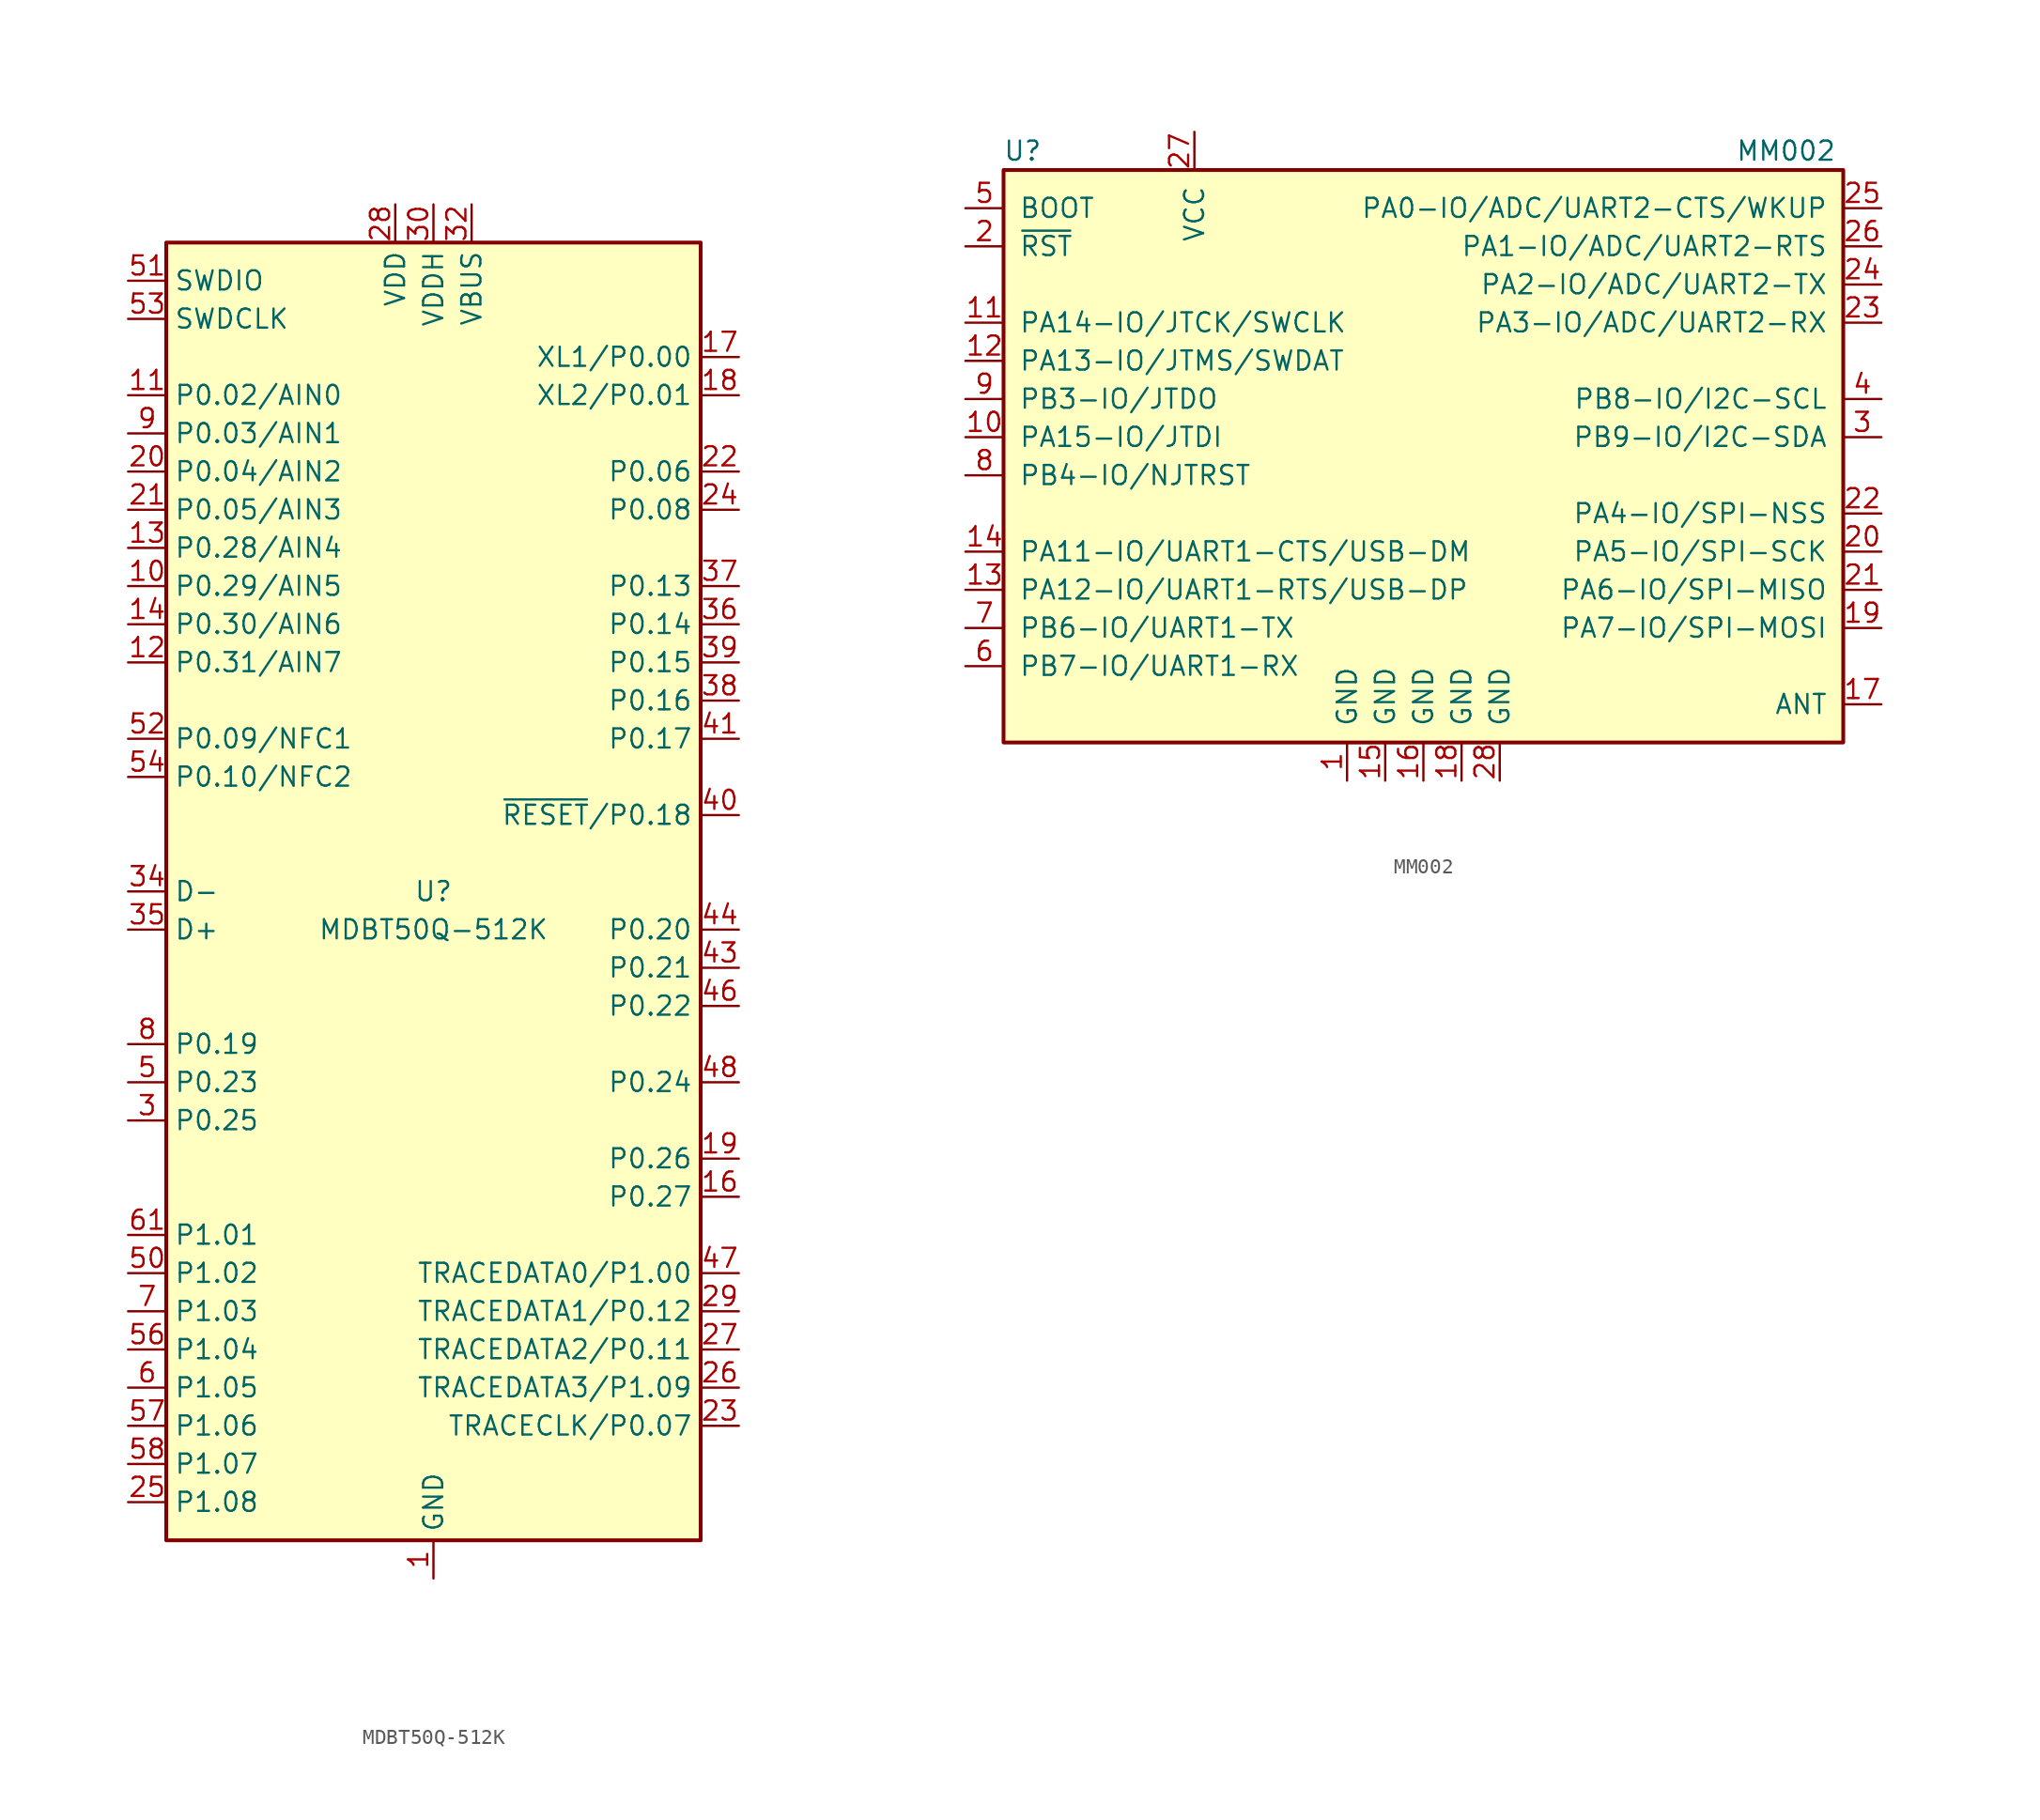
<source format=kicad_sym>
(kicad_symbol_lib
  (version 20201005)
  (generator kicad_symbol_editor)
  (symbol "RF_Module:MDBT50Q-512K"
    (property "Reference" "U"
      (at 0 0 0)
      (effects (font (size 1.27 1.27))))
    (property "Value" "MDBT50Q-512K"
      (at 0 -2.54 0)
      (effects (font (size 1.27 1.27))))
    (symbol "MDBT50Q-512K_0_1"
      (rectangle (start -17.78 43.18) (end 17.78 -43.18) (stroke (width 0.254)) (fill (type background))))
    (symbol "MDBT50Q-512K_1_1"
      (pin power_in line (at 0 -45.72 90) (length 2.54) (name "GND" (effects (font (size 1.27 1.27)))) (number "1" (effects (font (size 1.27 1.27)))))
      (pin bidirectional line (at -20.32 20.32 0) (length 2.54) (name "P0.29/AIN5" (effects (font (size 1.27 1.27)))) (number "10" (effects (font (size 1.27 1.27)))))
      (pin bidirectional line (at -20.32 33.02 0) (length 2.54) (name "P0.02/AIN0" (effects (font (size 1.27 1.27)))) (number "11" (effects (font (size 1.27 1.27)))))
      (pin bidirectional line (at -20.32 15.24 0) (length 2.54) (name "P0.31/AIN7" (effects (font (size 1.27 1.27)))) (number "12" (effects (font (size 1.27 1.27)))))
      (pin bidirectional line (at -20.32 22.86 0) (length 2.54) (name "P0.28/AIN4" (effects (font (size 1.27 1.27)))) (number "13" (effects (font (size 1.27 1.27)))))
      (pin bidirectional line (at -20.32 17.78 0) (length 2.54) (name "P0.30/AIN6" (effects (font (size 1.27 1.27)))) (number "14" (effects (font (size 1.27 1.27)))))
      (pin passive line (at 0 -45.72 90) (length 2.54) hide (name "GND" (effects (font (size 1.27 1.27)))) (number "15" (effects (font (size 1.27 1.27)))))
      (pin bidirectional line (at 20.32 -20.32 180) (length 2.54) (name "P0.27" (effects (font (size 1.27 1.27)))) (number "16" (effects (font (size 1.27 1.27)))))
      (pin bidirectional line (at 20.32 35.56 180) (length 2.54) (name "XL1/P0.00" (effects (font (size 1.27 1.27)))) (number "17" (effects (font (size 1.27 1.27)))))
      (pin bidirectional line (at 20.32 33.02 180) (length 2.54) (name "XL2/P0.01" (effects (font (size 1.27 1.27)))) (number "18" (effects (font (size 1.27 1.27)))))
      (pin bidirectional line (at 20.32 -17.78 180) (length 2.54) (name "P0.26" (effects (font (size 1.27 1.27)))) (number "19" (effects (font (size 1.27 1.27)))))
      (pin passive line (at 0 -45.72 90) (length 2.54) hide (name "GND" (effects (font (size 1.27 1.27)))) (number "2" (effects (font (size 1.27 1.27)))))
      (pin bidirectional line (at -20.32 27.94 0) (length 2.54) (name "P0.04/AIN2" (effects (font (size 1.27 1.27)))) (number "20" (effects (font (size 1.27 1.27)))))
      (pin bidirectional line (at -20.32 25.4 0) (length 2.54) (name "P0.05/AIN3" (effects (font (size 1.27 1.27)))) (number "21" (effects (font (size 1.27 1.27)))))
      (pin bidirectional line (at 20.32 27.94 180) (length 2.54) (name "P0.06" (effects (font (size 1.27 1.27)))) (number "22" (effects (font (size 1.27 1.27)))))
      (pin bidirectional line (at 20.32 -35.56 180) (length 2.54) (name "TRACECLK/P0.07" (effects (font (size 1.27 1.27)))) (number "23" (effects (font (size 1.27 1.27)))))
      (pin bidirectional line (at 20.32 25.4 180) (length 2.54) (name "P0.08" (effects (font (size 1.27 1.27)))) (number "24" (effects (font (size 1.27 1.27)))))
      (pin bidirectional line (at -20.32 -40.64 0) (length 2.54) (name "P1.08" (effects (font (size 1.27 1.27)))) (number "25" (effects (font (size 1.27 1.27)))))
      (pin bidirectional line (at 20.32 -33.02 180) (length 2.54) (name "TRACEDATA3/P1.09" (effects (font (size 1.27 1.27)))) (number "26" (effects (font (size 1.27 1.27)))))
      (pin bidirectional line (at 20.32 -30.48 180) (length 2.54) (name "TRACEDATA2/P0.11" (effects (font (size 1.27 1.27)))) (number "27" (effects (font (size 1.27 1.27)))))
      (pin power_in line (at -2.54 45.72 270) (length 2.54) (name "VDD" (effects (font (size 1.27 1.27)))) (number "28" (effects (font (size 1.27 1.27)))))
      (pin bidirectional line (at 20.32 -27.94 180) (length 2.54) (name "TRACEDATA1/P0.12" (effects (font (size 1.27 1.27)))) (number "29" (effects (font (size 1.27 1.27)))))
      (pin bidirectional line (at -20.32 -15.24 0) (length 2.54) (name "P0.25" (effects (font (size 1.27 1.27)))) (number "3" (effects (font (size 1.27 1.27)))))
      (pin power_in line (at 0 45.72 270) (length 2.54) (name "VDDH" (effects (font (size 1.27 1.27)))) (number "30" (effects (font (size 1.27 1.27)))))
      (pin no_connect line (at 5.08 43.18 270) (length 2.54) hide (name "NC" (effects (font (size 1.27 1.27)))) (number "31" (effects (font (size 1.27 1.27)))))
      (pin power_in line (at 2.54 45.72 270) (length 2.54) (name "VBUS" (effects (font (size 1.27 1.27)))) (number "32" (effects (font (size 1.27 1.27)))))
      (pin passive line (at 0 -45.72 90) (length 2.54) hide (name "GND" (effects (font (size 1.27 1.27)))) (number "33" (effects (font (size 1.27 1.27)))))
      (pin bidirectional line (at -20.32 0 0) (length 2.54) (name "D-" (effects (font (size 1.27 1.27)))) (number "34" (effects (font (size 1.27 1.27)))))
      (pin bidirectional line (at -20.32 -2.54 0) (length 2.54) (name "D+" (effects (font (size 1.27 1.27)))) (number "35" (effects (font (size 1.27 1.27)))))
      (pin bidirectional line (at 20.32 17.78 180) (length 2.54) (name "P0.14" (effects (font (size 1.27 1.27)))) (number "36" (effects (font (size 1.27 1.27)))))
      (pin bidirectional line (at 20.32 20.32 180) (length 2.54) (name "P0.13" (effects (font (size 1.27 1.27)))) (number "37" (effects (font (size 1.27 1.27)))))
      (pin bidirectional line (at 20.32 12.7 180) (length 2.54) (name "P0.16" (effects (font (size 1.27 1.27)))) (number "38" (effects (font (size 1.27 1.27)))))
      (pin bidirectional line (at 20.32 15.24 180) (length 2.54) (name "P0.15" (effects (font (size 1.27 1.27)))) (number "39" (effects (font (size 1.27 1.27)))))
      (pin no_connect line (at -17.78 -17.78 0) (length 2.54) hide (name "NC" (effects (font (size 1.27 1.27)))) (number "4" (effects (font (size 1.27 1.27)))))
      (pin bidirectional line (at 20.32 5.08 180) (length 2.54) (name "~RESET~/P0.18" (effects (font (size 1.27 1.27)))) (number "40" (effects (font (size 1.27 1.27)))))
      (pin bidirectional line (at 20.32 10.16 180) (length 2.54) (name "P0.17" (effects (font (size 1.27 1.27)))) (number "41" (effects (font (size 1.27 1.27)))))
      (pin no_connect line (at 17.78 0 180) (length 2.54) hide (name "P0.19" (effects (font (size 1.27 1.27)))) (number "42" (effects (font (size 1.27 1.27)))))
      (pin bidirectional line (at 20.32 -5.08 180) (length 2.54) (name "P0.21" (effects (font (size 1.27 1.27)))) (number "43" (effects (font (size 1.27 1.27)))))
      (pin bidirectional line (at 20.32 -2.54 180) (length 2.54) (name "P0.20" (effects (font (size 1.27 1.27)))) (number "44" (effects (font (size 1.27 1.27)))))
      (pin no_connect line (at 17.78 -10.16 180) (length 2.54) hide (name "NC" (effects (font (size 1.27 1.27)))) (number "45" (effects (font (size 1.27 1.27)))))
      (pin bidirectional line (at 20.32 -7.62 180) (length 2.54) (name "P0.22" (effects (font (size 1.27 1.27)))) (number "46" (effects (font (size 1.27 1.27)))))
      (pin bidirectional line (at 20.32 -25.4 180) (length 2.54) (name "TRACEDATA0/P1.00" (effects (font (size 1.27 1.27)))) (number "47" (effects (font (size 1.27 1.27)))))
      (pin bidirectional line (at 20.32 -12.7 180) (length 2.54) (name "P0.24" (effects (font (size 1.27 1.27)))) (number "48" (effects (font (size 1.27 1.27)))))
      (pin no_connect line (at 17.78 -15.24 180) (length 2.54) hide (name "NC" (effects (font (size 1.27 1.27)))) (number "49" (effects (font (size 1.27 1.27)))))
      (pin bidirectional line (at -20.32 -12.7 0) (length 2.54) (name "P0.23" (effects (font (size 1.27 1.27)))) (number "5" (effects (font (size 1.27 1.27)))))
      (pin bidirectional line (at -20.32 -25.4 0) (length 2.54) (name "P1.02" (effects (font (size 1.27 1.27)))) (number "50" (effects (font (size 1.27 1.27)))))
      (pin bidirectional line (at -20.32 40.64 0) (length 2.54) (name "SWDIO" (effects (font (size 1.27 1.27)))) (number "51" (effects (font (size 1.27 1.27)))))
      (pin bidirectional line (at -20.32 10.16 0) (length 2.54) (name "P0.09/NFC1" (effects (font (size 1.27 1.27)))) (number "52" (effects (font (size 1.27 1.27)))))
      (pin input line (at -20.32 38.1 0) (length 2.54) (name "SWDCLK" (effects (font (size 1.27 1.27)))) (number "53" (effects (font (size 1.27 1.27)))))
      (pin bidirectional line (at -20.32 7.62 0) (length 2.54) (name "P0.10/NFC2" (effects (font (size 1.27 1.27)))) (number "54" (effects (font (size 1.27 1.27)))))
      (pin passive line (at 0 -45.72 90) (length 2.54) hide (name "GND" (effects (font (size 1.27 1.27)))) (number "55" (effects (font (size 1.27 1.27)))))
      (pin bidirectional line (at -20.32 -30.48 0) (length 2.54) (name "P1.04" (effects (font (size 1.27 1.27)))) (number "56" (effects (font (size 1.27 1.27)))))
      (pin bidirectional line (at -20.32 -35.56 0) (length 2.54) (name "P1.06" (effects (font (size 1.27 1.27)))) (number "57" (effects (font (size 1.27 1.27)))))
      (pin bidirectional line (at -20.32 -38.1 0) (length 2.54) (name "P1.07" (effects (font (size 1.27 1.27)))) (number "58" (effects (font (size 1.27 1.27)))))
      (pin no_connect line (at 17.78 38.1 180) (length 2.54) hide (name "NC" (effects (font (size 1.27 1.27)))) (number "59" (effects (font (size 1.27 1.27)))))
      (pin bidirectional line (at -20.32 -33.02 0) (length 2.54) (name "P1.05" (effects (font (size 1.27 1.27)))) (number "6" (effects (font (size 1.27 1.27)))))
      (pin no_connect line (at 17.78 40.64 180) (length 2.54) hide (name "NC" (effects (font (size 1.27 1.27)))) (number "60" (effects (font (size 1.27 1.27)))))
      (pin bidirectional line (at -20.32 -22.86 0) (length 2.54) (name "P1.01" (effects (font (size 1.27 1.27)))) (number "61" (effects (font (size 1.27 1.27)))))
      (pin bidirectional line (at -20.32 -27.94 0) (length 2.54) (name "P1.03" (effects (font (size 1.27 1.27)))) (number "7" (effects (font (size 1.27 1.27)))))
      (pin bidirectional line (at -20.32 -10.16 0) (length 2.54) (name "P0.19" (effects (font (size 1.27 1.27)))) (number "8" (effects (font (size 1.27 1.27)))))
      (pin bidirectional line (at -20.32 30.48 0) (length 2.54) (name "P0.03/AIN1" (effects (font (size 1.27 1.27)))) (number "9" (effects (font (size 1.27 1.27)))))))
  (symbol "RF_Module:MM002"
    (pin_names
      (offset 1.016))
    (property "Reference" "U"
      (at -26.67 21.59 0)
      (effects (font (size 1.27 1.27))))
    (property "Value" "MM002"
      (at 24.13 21.59 0)
      (effects (font (size 1.27 1.27))))
    (symbol "MM002_0_1"
      (rectangle (start -27.94 20.32) (end 27.94 -17.78) (stroke (width 0.254)) (fill (type background))))
    (symbol "MM002_1_1"
      (pin power_in line (at -5.08 -20.32 90) (length 2.54) (name "GND" (effects (font (size 1.27 1.27)))) (number "1" (effects (font (size 1.27 1.27)))))
      (pin bidirectional line (at -30.48 2.54 0) (length 2.54) (name "PA15-IO/JTDI" (effects (font (size 1.27 1.27)))) (number "10" (effects (font (size 1.27 1.27)))))
      (pin bidirectional line (at -30.48 10.16 0) (length 2.54) (name "PA14-IO/JTCK/SWCLK" (effects (font (size 1.27 1.27)))) (number "11" (effects (font (size 1.27 1.27)))))
      (pin bidirectional line (at -30.48 7.62 0) (length 2.54) (name "PA13-IO/JTMS/SWDAT" (effects (font (size 1.27 1.27)))) (number "12" (effects (font (size 1.27 1.27)))))
      (pin bidirectional line (at -30.48 -7.62 0) (length 2.54) (name "PA12-IO/UART1-RTS/USB-DP" (effects (font (size 1.27 1.27)))) (number "13" (effects (font (size 1.27 1.27)))))
      (pin bidirectional line (at -30.48 -5.08 0) (length 2.54) (name "PA11-IO/UART1-CTS/USB-DM" (effects (font (size 1.27 1.27)))) (number "14" (effects (font (size 1.27 1.27)))))
      (pin power_in line (at -2.54 -20.32 90) (length 2.54) (name "GND" (effects (font (size 1.27 1.27)))) (number "15" (effects (font (size 1.27 1.27)))))
      (pin power_in line (at 0 -20.32 90) (length 2.54) (name "GND" (effects (font (size 1.27 1.27)))) (number "16" (effects (font (size 1.27 1.27)))))
      (pin bidirectional line (at 30.48 -15.24 180) (length 2.54) (name "ANT" (effects (font (size 1.27 1.27)))) (number "17" (effects (font (size 1.27 1.27)))))
      (pin power_in line (at 2.54 -20.32 90) (length 2.54) (name "GND" (effects (font (size 1.27 1.27)))) (number "18" (effects (font (size 1.27 1.27)))))
      (pin bidirectional line (at 30.48 -10.16 180) (length 2.54) (name "PA7-IO/SPI-MOSI" (effects (font (size 1.27 1.27)))) (number "19" (effects (font (size 1.27 1.27)))))
      (pin input line (at -30.48 15.24 0) (length 2.54) (name "~RST" (effects (font (size 1.27 1.27)))) (number "2" (effects (font (size 1.27 1.27)))))
      (pin bidirectional line (at 30.48 -5.08 180) (length 2.54) (name "PA5-IO/SPI-SCK" (effects (font (size 1.27 1.27)))) (number "20" (effects (font (size 1.27 1.27)))))
      (pin bidirectional line (at 30.48 -7.62 180) (length 2.54) (name "PA6-IO/SPI-MISO" (effects (font (size 1.27 1.27)))) (number "21" (effects (font (size 1.27 1.27)))))
      (pin bidirectional line (at 30.48 -2.54 180) (length 2.54) (name "PA4-IO/SPI-NSS" (effects (font (size 1.27 1.27)))) (number "22" (effects (font (size 1.27 1.27)))))
      (pin bidirectional line (at 30.48 10.16 180) (length 2.54) (name "PA3-IO/ADC/UART2-RX" (effects (font (size 1.27 1.27)))) (number "23" (effects (font (size 1.27 1.27)))))
      (pin bidirectional line (at 30.48 12.7 180) (length 2.54) (name "PA2-IO/ADC/UART2-TX" (effects (font (size 1.27 1.27)))) (number "24" (effects (font (size 1.27 1.27)))))
      (pin bidirectional line (at 30.48 17.78 180) (length 2.54) (name "PA0-IO/ADC/UART2-CTS/WKUP" (effects (font (size 1.27 1.27)))) (number "25" (effects (font (size 1.27 1.27)))))
      (pin bidirectional line (at 30.48 15.24 180) (length 2.54) (name "PA1-IO/ADC/UART2-RTS" (effects (font (size 1.27 1.27)))) (number "26" (effects (font (size 1.27 1.27)))))
      (pin power_in line (at -15.24 22.86 270) (length 2.54) (name "VCC" (effects (font (size 1.27 1.27)))) (number "27" (effects (font (size 1.27 1.27)))))
      (pin power_in line (at 5.08 -20.32 90) (length 2.54) (name "GND" (effects (font (size 1.27 1.27)))) (number "28" (effects (font (size 1.27 1.27)))))
      (pin bidirectional line (at 30.48 2.54 180) (length 2.54) (name "PB9-IO/I2C-SDA" (effects (font (size 1.27 1.27)))) (number "3" (effects (font (size 1.27 1.27)))))
      (pin bidirectional line (at 30.48 5.08 180) (length 2.54) (name "PB8-IO/I2C-SCL" (effects (font (size 1.27 1.27)))) (number "4" (effects (font (size 1.27 1.27)))))
      (pin input line (at -30.48 17.78 0) (length 2.54) (name "BOOT" (effects (font (size 1.27 1.27)))) (number "5" (effects (font (size 1.27 1.27)))))
      (pin bidirectional line (at -30.48 -12.7 0) (length 2.54) (name "PB7-IO/UART1-RX" (effects (font (size 1.27 1.27)))) (number "6" (effects (font (size 1.27 1.27)))))
      (pin bidirectional line (at -30.48 -10.16 0) (length 2.54) (name "PB6-IO/UART1-TX" (effects (font (size 1.27 1.27)))) (number "7" (effects (font (size 1.27 1.27)))))
      (pin input line (at -30.48 0 0) (length 2.54) (name "PB4-IO/NJTRST" (effects (font (size 1.27 1.27)))) (number "8" (effects (font (size 1.27 1.27)))))
      (pin bidirectional line (at -30.48 5.08 0) (length 2.54) (name "PB3-IO/JTDO" (effects (font (size 1.27 1.27)))) (number "9" (effects (font (size 1.27 1.27))))))))
</source>
